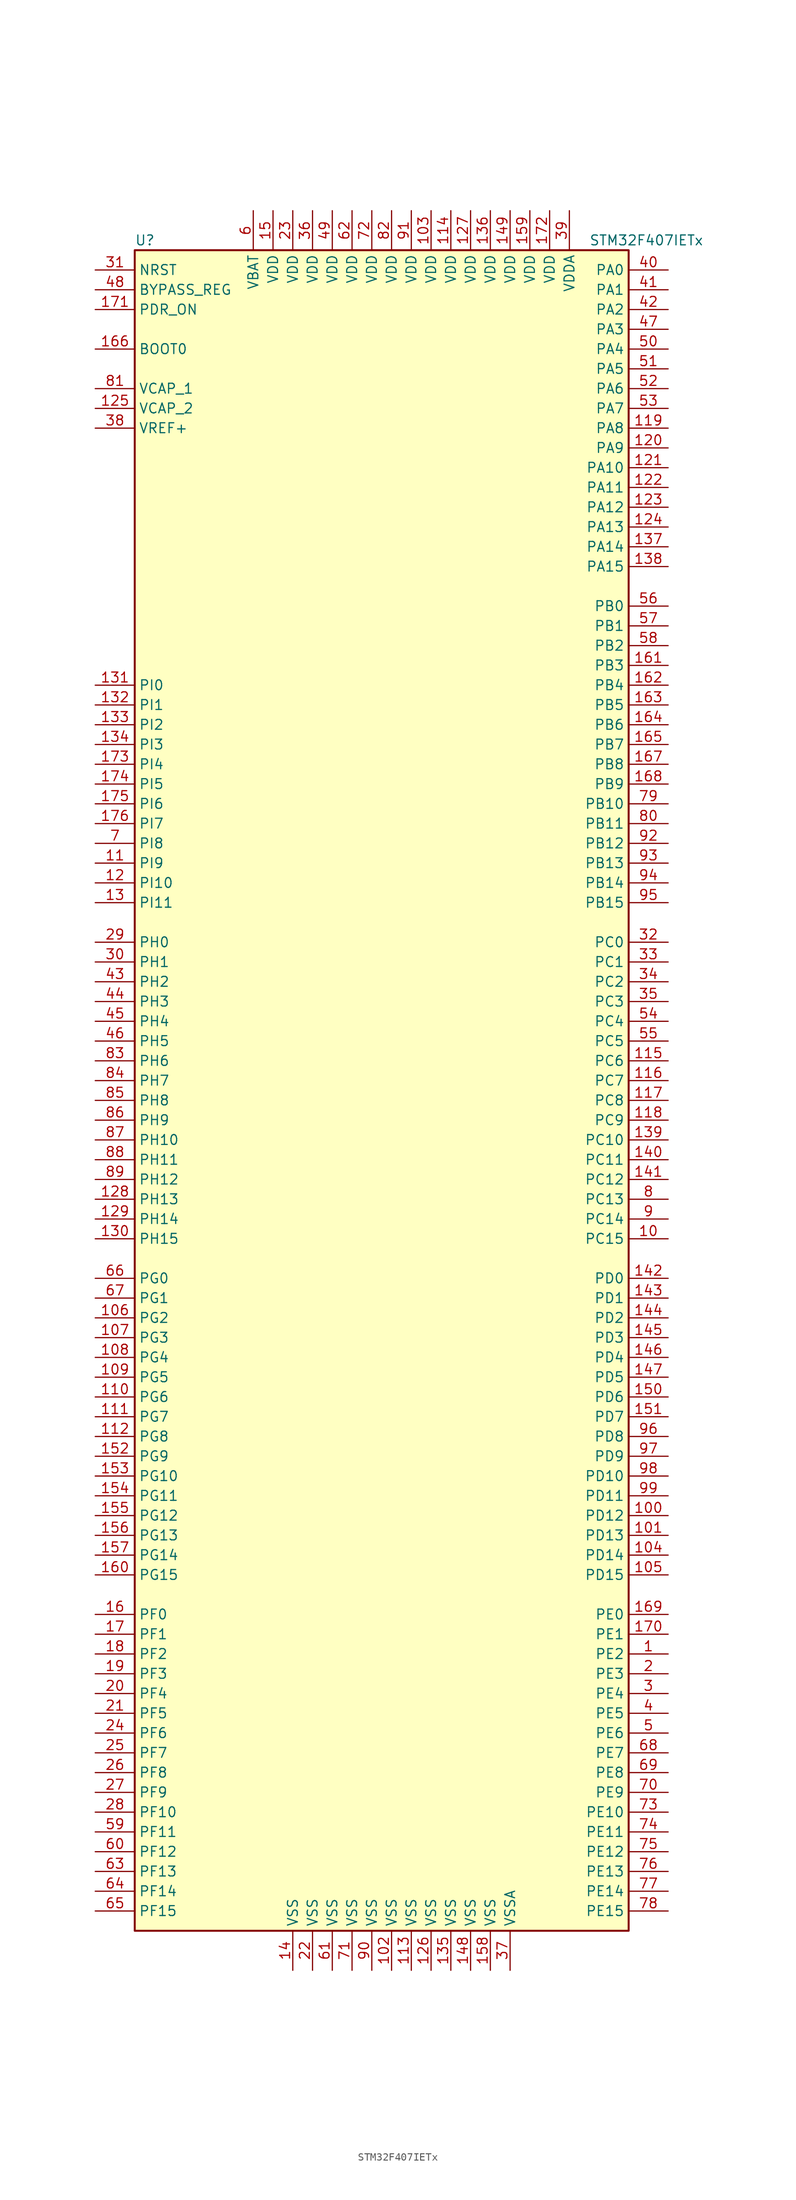
<source format=kicad_sym>
(kicad_symbol_lib
  (version 20201005)
  (generator kicad_symbol_editor)
  (symbol "STM32F407IETx"
    (property "Reference" "U"
      (at -33.02 107.95 0)
      (effects (font (size 1.27 1.27)) (justify left)))
    (property "Value" "STM32F407IETx"
      (at 25.4 107.95 0)
      (effects (font (size 1.27 1.27)) (justify left)))
    (symbol "STM32F407IETx_0_1"
      (rectangle (start -33.02 -109.22) (end 30.48 106.68) (stroke (width 0.254)) (fill (type background))))
    (symbol "STM32F407IETx_1_1"
      (pin input line (at -38.1 93.98 0) (length 5.08) (name "BOOT0" (effects (font (size 1.27 1.27)))) (number "166" (effects (font (size 1.27 1.27)))))
      (pin input line (at -38.1 101.6 0) (length 5.08) (name "BYPASS_REG" (effects (font (size 1.27 1.27)))) (number "48" (effects (font (size 1.27 1.27)))))
      (pin input line (at -38.1 104.14 0) (length 5.08) (name "NRST" (effects (font (size 1.27 1.27)))) (number "31" (effects (font (size 1.27 1.27)))))
      (pin bidirectional line (at 35.56 104.14 180) (length 5.08) (name "PA0" (effects (font (size 1.27 1.27)))) (number "40" (effects (font (size 1.27 1.27)))))
      (pin bidirectional line (at 35.56 101.6 180) (length 5.08) (name "PA1" (effects (font (size 1.27 1.27)))) (number "41" (effects (font (size 1.27 1.27)))))
      (pin bidirectional line (at 35.56 78.74 180) (length 5.08) (name "PA10" (effects (font (size 1.27 1.27)))) (number "121" (effects (font (size 1.27 1.27)))))
      (pin bidirectional line (at 35.56 76.2 180) (length 5.08) (name "PA11" (effects (font (size 1.27 1.27)))) (number "122" (effects (font (size 1.27 1.27)))))
      (pin bidirectional line (at 35.56 73.66 180) (length 5.08) (name "PA12" (effects (font (size 1.27 1.27)))) (number "123" (effects (font (size 1.27 1.27)))))
      (pin bidirectional line (at 35.56 71.12 180) (length 5.08) (name "PA13" (effects (font (size 1.27 1.27)))) (number "124" (effects (font (size 1.27 1.27)))))
      (pin bidirectional line (at 35.56 68.58 180) (length 5.08) (name "PA14" (effects (font (size 1.27 1.27)))) (number "137" (effects (font (size 1.27 1.27)))))
      (pin bidirectional line (at 35.56 66.04 180) (length 5.08) (name "PA15" (effects (font (size 1.27 1.27)))) (number "138" (effects (font (size 1.27 1.27)))))
      (pin bidirectional line (at 35.56 99.06 180) (length 5.08) (name "PA2" (effects (font (size 1.27 1.27)))) (number "42" (effects (font (size 1.27 1.27)))))
      (pin bidirectional line (at 35.56 96.52 180) (length 5.08) (name "PA3" (effects (font (size 1.27 1.27)))) (number "47" (effects (font (size 1.27 1.27)))))
      (pin bidirectional line (at 35.56 93.98 180) (length 5.08) (name "PA4" (effects (font (size 1.27 1.27)))) (number "50" (effects (font (size 1.27 1.27)))))
      (pin bidirectional line (at 35.56 91.44 180) (length 5.08) (name "PA5" (effects (font (size 1.27 1.27)))) (number "51" (effects (font (size 1.27 1.27)))))
      (pin bidirectional line (at 35.56 88.9 180) (length 5.08) (name "PA6" (effects (font (size 1.27 1.27)))) (number "52" (effects (font (size 1.27 1.27)))))
      (pin bidirectional line (at 35.56 86.36 180) (length 5.08) (name "PA7" (effects (font (size 1.27 1.27)))) (number "53" (effects (font (size 1.27 1.27)))))
      (pin bidirectional line (at 35.56 83.82 180) (length 5.08) (name "PA8" (effects (font (size 1.27 1.27)))) (number "119" (effects (font (size 1.27 1.27)))))
      (pin bidirectional line (at 35.56 81.28 180) (length 5.08) (name "PA9" (effects (font (size 1.27 1.27)))) (number "120" (effects (font (size 1.27 1.27)))))
      (pin bidirectional line (at 35.56 60.96 180) (length 5.08) (name "PB0" (effects (font (size 1.27 1.27)))) (number "56" (effects (font (size 1.27 1.27)))))
      (pin bidirectional line (at 35.56 58.42 180) (length 5.08) (name "PB1" (effects (font (size 1.27 1.27)))) (number "57" (effects (font (size 1.27 1.27)))))
      (pin bidirectional line (at 35.56 35.56 180) (length 5.08) (name "PB10" (effects (font (size 1.27 1.27)))) (number "79" (effects (font (size 1.27 1.27)))))
      (pin bidirectional line (at 35.56 33.02 180) (length 5.08) (name "PB11" (effects (font (size 1.27 1.27)))) (number "80" (effects (font (size 1.27 1.27)))))
      (pin bidirectional line (at 35.56 30.48 180) (length 5.08) (name "PB12" (effects (font (size 1.27 1.27)))) (number "92" (effects (font (size 1.27 1.27)))))
      (pin bidirectional line (at 35.56 27.94 180) (length 5.08) (name "PB13" (effects (font (size 1.27 1.27)))) (number "93" (effects (font (size 1.27 1.27)))))
      (pin bidirectional line (at 35.56 25.4 180) (length 5.08) (name "PB14" (effects (font (size 1.27 1.27)))) (number "94" (effects (font (size 1.27 1.27)))))
      (pin bidirectional line (at 35.56 22.86 180) (length 5.08) (name "PB15" (effects (font (size 1.27 1.27)))) (number "95" (effects (font (size 1.27 1.27)))))
      (pin bidirectional line (at 35.56 55.88 180) (length 5.08) (name "PB2" (effects (font (size 1.27 1.27)))) (number "58" (effects (font (size 1.27 1.27)))))
      (pin bidirectional line (at 35.56 53.34 180) (length 5.08) (name "PB3" (effects (font (size 1.27 1.27)))) (number "161" (effects (font (size 1.27 1.27)))))
      (pin bidirectional line (at 35.56 50.8 180) (length 5.08) (name "PB4" (effects (font (size 1.27 1.27)))) (number "162" (effects (font (size 1.27 1.27)))))
      (pin bidirectional line (at 35.56 48.26 180) (length 5.08) (name "PB5" (effects (font (size 1.27 1.27)))) (number "163" (effects (font (size 1.27 1.27)))))
      (pin bidirectional line (at 35.56 45.72 180) (length 5.08) (name "PB6" (effects (font (size 1.27 1.27)))) (number "164" (effects (font (size 1.27 1.27)))))
      (pin bidirectional line (at 35.56 43.18 180) (length 5.08) (name "PB7" (effects (font (size 1.27 1.27)))) (number "165" (effects (font (size 1.27 1.27)))))
      (pin bidirectional line (at 35.56 40.64 180) (length 5.08) (name "PB8" (effects (font (size 1.27 1.27)))) (number "167" (effects (font (size 1.27 1.27)))))
      (pin bidirectional line (at 35.56 38.1 180) (length 5.08) (name "PB9" (effects (font (size 1.27 1.27)))) (number "168" (effects (font (size 1.27 1.27)))))
      (pin bidirectional line (at 35.56 17.78 180) (length 5.08) (name "PC0" (effects (font (size 1.27 1.27)))) (number "32" (effects (font (size 1.27 1.27)))))
      (pin bidirectional line (at 35.56 15.24 180) (length 5.08) (name "PC1" (effects (font (size 1.27 1.27)))) (number "33" (effects (font (size 1.27 1.27)))))
      (pin bidirectional line (at 35.56 -7.62 180) (length 5.08) (name "PC10" (effects (font (size 1.27 1.27)))) (number "139" (effects (font (size 1.27 1.27)))))
      (pin bidirectional line (at 35.56 -10.16 180) (length 5.08) (name "PC11" (effects (font (size 1.27 1.27)))) (number "140" (effects (font (size 1.27 1.27)))))
      (pin bidirectional line (at 35.56 -12.7 180) (length 5.08) (name "PC12" (effects (font (size 1.27 1.27)))) (number "141" (effects (font (size 1.27 1.27)))))
      (pin bidirectional line (at 35.56 -15.24 180) (length 5.08) (name "PC13" (effects (font (size 1.27 1.27)))) (number "8" (effects (font (size 1.27 1.27)))))
      (pin bidirectional line (at 35.56 -17.78 180) (length 5.08) (name "PC14" (effects (font (size 1.27 1.27)))) (number "9" (effects (font (size 1.27 1.27)))))
      (pin bidirectional line (at 35.56 -20.32 180) (length 5.08) (name "PC15" (effects (font (size 1.27 1.27)))) (number "10" (effects (font (size 1.27 1.27)))))
      (pin bidirectional line (at 35.56 12.7 180) (length 5.08) (name "PC2" (effects (font (size 1.27 1.27)))) (number "34" (effects (font (size 1.27 1.27)))))
      (pin bidirectional line (at 35.56 10.16 180) (length 5.08) (name "PC3" (effects (font (size 1.27 1.27)))) (number "35" (effects (font (size 1.27 1.27)))))
      (pin bidirectional line (at 35.56 7.62 180) (length 5.08) (name "PC4" (effects (font (size 1.27 1.27)))) (number "54" (effects (font (size 1.27 1.27)))))
      (pin bidirectional line (at 35.56 5.08 180) (length 5.08) (name "PC5" (effects (font (size 1.27 1.27)))) (number "55" (effects (font (size 1.27 1.27)))))
      (pin bidirectional line (at 35.56 2.54 180) (length 5.08) (name "PC6" (effects (font (size 1.27 1.27)))) (number "115" (effects (font (size 1.27 1.27)))))
      (pin bidirectional line (at 35.56 0 180) (length 5.08) (name "PC7" (effects (font (size 1.27 1.27)))) (number "116" (effects (font (size 1.27 1.27)))))
      (pin bidirectional line (at 35.56 -2.54 180) (length 5.08) (name "PC8" (effects (font (size 1.27 1.27)))) (number "117" (effects (font (size 1.27 1.27)))))
      (pin bidirectional line (at 35.56 -5.08 180) (length 5.08) (name "PC9" (effects (font (size 1.27 1.27)))) (number "118" (effects (font (size 1.27 1.27)))))
      (pin bidirectional line (at 35.56 -25.4 180) (length 5.08) (name "PD0" (effects (font (size 1.27 1.27)))) (number "142" (effects (font (size 1.27 1.27)))))
      (pin bidirectional line (at 35.56 -27.94 180) (length 5.08) (name "PD1" (effects (font (size 1.27 1.27)))) (number "143" (effects (font (size 1.27 1.27)))))
      (pin bidirectional line (at 35.56 -50.8 180) (length 5.08) (name "PD10" (effects (font (size 1.27 1.27)))) (number "98" (effects (font (size 1.27 1.27)))))
      (pin bidirectional line (at 35.56 -53.34 180) (length 5.08) (name "PD11" (effects (font (size 1.27 1.27)))) (number "99" (effects (font (size 1.27 1.27)))))
      (pin bidirectional line (at 35.56 -55.88 180) (length 5.08) (name "PD12" (effects (font (size 1.27 1.27)))) (number "100" (effects (font (size 1.27 1.27)))))
      (pin bidirectional line (at 35.56 -58.42 180) (length 5.08) (name "PD13" (effects (font (size 1.27 1.27)))) (number "101" (effects (font (size 1.27 1.27)))))
      (pin bidirectional line (at 35.56 -60.96 180) (length 5.08) (name "PD14" (effects (font (size 1.27 1.27)))) (number "104" (effects (font (size 1.27 1.27)))))
      (pin bidirectional line (at 35.56 -63.5 180) (length 5.08) (name "PD15" (effects (font (size 1.27 1.27)))) (number "105" (effects (font (size 1.27 1.27)))))
      (pin bidirectional line (at 35.56 -30.48 180) (length 5.08) (name "PD2" (effects (font (size 1.27 1.27)))) (number "144" (effects (font (size 1.27 1.27)))))
      (pin bidirectional line (at 35.56 -33.02 180) (length 5.08) (name "PD3" (effects (font (size 1.27 1.27)))) (number "145" (effects (font (size 1.27 1.27)))))
      (pin bidirectional line (at 35.56 -35.56 180) (length 5.08) (name "PD4" (effects (font (size 1.27 1.27)))) (number "146" (effects (font (size 1.27 1.27)))))
      (pin bidirectional line (at 35.56 -38.1 180) (length 5.08) (name "PD5" (effects (font (size 1.27 1.27)))) (number "147" (effects (font (size 1.27 1.27)))))
      (pin bidirectional line (at 35.56 -40.64 180) (length 5.08) (name "PD6" (effects (font (size 1.27 1.27)))) (number "150" (effects (font (size 1.27 1.27)))))
      (pin bidirectional line (at 35.56 -43.18 180) (length 5.08) (name "PD7" (effects (font (size 1.27 1.27)))) (number "151" (effects (font (size 1.27 1.27)))))
      (pin bidirectional line (at 35.56 -45.72 180) (length 5.08) (name "PD8" (effects (font (size 1.27 1.27)))) (number "96" (effects (font (size 1.27 1.27)))))
      (pin bidirectional line (at 35.56 -48.26 180) (length 5.08) (name "PD9" (effects (font (size 1.27 1.27)))) (number "97" (effects (font (size 1.27 1.27)))))
      (pin input line (at -38.1 99.06 0) (length 5.08) (name "PDR_ON" (effects (font (size 1.27 1.27)))) (number "171" (effects (font (size 1.27 1.27)))))
      (pin bidirectional line (at 35.56 -68.58 180) (length 5.08) (name "PE0" (effects (font (size 1.27 1.27)))) (number "169" (effects (font (size 1.27 1.27)))))
      (pin bidirectional line (at 35.56 -71.12 180) (length 5.08) (name "PE1" (effects (font (size 1.27 1.27)))) (number "170" (effects (font (size 1.27 1.27)))))
      (pin bidirectional line (at 35.56 -93.98 180) (length 5.08) (name "PE10" (effects (font (size 1.27 1.27)))) (number "73" (effects (font (size 1.27 1.27)))))
      (pin bidirectional line (at 35.56 -96.52 180) (length 5.08) (name "PE11" (effects (font (size 1.27 1.27)))) (number "74" (effects (font (size 1.27 1.27)))))
      (pin bidirectional line (at 35.56 -99.06 180) (length 5.08) (name "PE12" (effects (font (size 1.27 1.27)))) (number "75" (effects (font (size 1.27 1.27)))))
      (pin bidirectional line (at 35.56 -101.6 180) (length 5.08) (name "PE13" (effects (font (size 1.27 1.27)))) (number "76" (effects (font (size 1.27 1.27)))))
      (pin bidirectional line (at 35.56 -104.14 180) (length 5.08) (name "PE14" (effects (font (size 1.27 1.27)))) (number "77" (effects (font (size 1.27 1.27)))))
      (pin bidirectional line (at 35.56 -106.68 180) (length 5.08) (name "PE15" (effects (font (size 1.27 1.27)))) (number "78" (effects (font (size 1.27 1.27)))))
      (pin bidirectional line (at 35.56 -73.66 180) (length 5.08) (name "PE2" (effects (font (size 1.27 1.27)))) (number "1" (effects (font (size 1.27 1.27)))))
      (pin bidirectional line (at 35.56 -76.2 180) (length 5.08) (name "PE3" (effects (font (size 1.27 1.27)))) (number "2" (effects (font (size 1.27 1.27)))))
      (pin bidirectional line (at 35.56 -78.74 180) (length 5.08) (name "PE4" (effects (font (size 1.27 1.27)))) (number "3" (effects (font (size 1.27 1.27)))))
      (pin bidirectional line (at 35.56 -81.28 180) (length 5.08) (name "PE5" (effects (font (size 1.27 1.27)))) (number "4" (effects (font (size 1.27 1.27)))))
      (pin bidirectional line (at 35.56 -83.82 180) (length 5.08) (name "PE6" (effects (font (size 1.27 1.27)))) (number "5" (effects (font (size 1.27 1.27)))))
      (pin bidirectional line (at 35.56 -86.36 180) (length 5.08) (name "PE7" (effects (font (size 1.27 1.27)))) (number "68" (effects (font (size 1.27 1.27)))))
      (pin bidirectional line (at 35.56 -88.9 180) (length 5.08) (name "PE8" (effects (font (size 1.27 1.27)))) (number "69" (effects (font (size 1.27 1.27)))))
      (pin bidirectional line (at 35.56 -91.44 180) (length 5.08) (name "PE9" (effects (font (size 1.27 1.27)))) (number "70" (effects (font (size 1.27 1.27)))))
      (pin bidirectional line (at -38.1 -68.58 0) (length 5.08) (name "PF0" (effects (font (size 1.27 1.27)))) (number "16" (effects (font (size 1.27 1.27)))))
      (pin bidirectional line (at -38.1 -71.12 0) (length 5.08) (name "PF1" (effects (font (size 1.27 1.27)))) (number "17" (effects (font (size 1.27 1.27)))))
      (pin bidirectional line (at -38.1 -93.98 0) (length 5.08) (name "PF10" (effects (font (size 1.27 1.27)))) (number "28" (effects (font (size 1.27 1.27)))))
      (pin bidirectional line (at -38.1 -96.52 0) (length 5.08) (name "PF11" (effects (font (size 1.27 1.27)))) (number "59" (effects (font (size 1.27 1.27)))))
      (pin bidirectional line (at -38.1 -99.06 0) (length 5.08) (name "PF12" (effects (font (size 1.27 1.27)))) (number "60" (effects (font (size 1.27 1.27)))))
      (pin bidirectional line (at -38.1 -101.6 0) (length 5.08) (name "PF13" (effects (font (size 1.27 1.27)))) (number "63" (effects (font (size 1.27 1.27)))))
      (pin bidirectional line (at -38.1 -104.14 0) (length 5.08) (name "PF14" (effects (font (size 1.27 1.27)))) (number "64" (effects (font (size 1.27 1.27)))))
      (pin bidirectional line (at -38.1 -106.68 0) (length 5.08) (name "PF15" (effects (font (size 1.27 1.27)))) (number "65" (effects (font (size 1.27 1.27)))))
      (pin bidirectional line (at -38.1 -73.66 0) (length 5.08) (name "PF2" (effects (font (size 1.27 1.27)))) (number "18" (effects (font (size 1.27 1.27)))))
      (pin bidirectional line (at -38.1 -76.2 0) (length 5.08) (name "PF3" (effects (font (size 1.27 1.27)))) (number "19" (effects (font (size 1.27 1.27)))))
      (pin bidirectional line (at -38.1 -78.74 0) (length 5.08) (name "PF4" (effects (font (size 1.27 1.27)))) (number "20" (effects (font (size 1.27 1.27)))))
      (pin bidirectional line (at -38.1 -81.28 0) (length 5.08) (name "PF5" (effects (font (size 1.27 1.27)))) (number "21" (effects (font (size 1.27 1.27)))))
      (pin bidirectional line (at -38.1 -83.82 0) (length 5.08) (name "PF6" (effects (font (size 1.27 1.27)))) (number "24" (effects (font (size 1.27 1.27)))))
      (pin bidirectional line (at -38.1 -86.36 0) (length 5.08) (name "PF7" (effects (font (size 1.27 1.27)))) (number "25" (effects (font (size 1.27 1.27)))))
      (pin bidirectional line (at -38.1 -88.9 0) (length 5.08) (name "PF8" (effects (font (size 1.27 1.27)))) (number "26" (effects (font (size 1.27 1.27)))))
      (pin bidirectional line (at -38.1 -91.44 0) (length 5.08) (name "PF9" (effects (font (size 1.27 1.27)))) (number "27" (effects (font (size 1.27 1.27)))))
      (pin bidirectional line (at -38.1 -25.4 0) (length 5.08) (name "PG0" (effects (font (size 1.27 1.27)))) (number "66" (effects (font (size 1.27 1.27)))))
      (pin bidirectional line (at -38.1 -27.94 0) (length 5.08) (name "PG1" (effects (font (size 1.27 1.27)))) (number "67" (effects (font (size 1.27 1.27)))))
      (pin bidirectional line (at -38.1 -50.8 0) (length 5.08) (name "PG10" (effects (font (size 1.27 1.27)))) (number "153" (effects (font (size 1.27 1.27)))))
      (pin bidirectional line (at -38.1 -53.34 0) (length 5.08) (name "PG11" (effects (font (size 1.27 1.27)))) (number "154" (effects (font (size 1.27 1.27)))))
      (pin bidirectional line (at -38.1 -55.88 0) (length 5.08) (name "PG12" (effects (font (size 1.27 1.27)))) (number "155" (effects (font (size 1.27 1.27)))))
      (pin bidirectional line (at -38.1 -58.42 0) (length 5.08) (name "PG13" (effects (font (size 1.27 1.27)))) (number "156" (effects (font (size 1.27 1.27)))))
      (pin bidirectional line (at -38.1 -60.96 0) (length 5.08) (name "PG14" (effects (font (size 1.27 1.27)))) (number "157" (effects (font (size 1.27 1.27)))))
      (pin bidirectional line (at -38.1 -63.5 0) (length 5.08) (name "PG15" (effects (font (size 1.27 1.27)))) (number "160" (effects (font (size 1.27 1.27)))))
      (pin bidirectional line (at -38.1 -30.48 0) (length 5.08) (name "PG2" (effects (font (size 1.27 1.27)))) (number "106" (effects (font (size 1.27 1.27)))))
      (pin bidirectional line (at -38.1 -33.02 0) (length 5.08) (name "PG3" (effects (font (size 1.27 1.27)))) (number "107" (effects (font (size 1.27 1.27)))))
      (pin bidirectional line (at -38.1 -35.56 0) (length 5.08) (name "PG4" (effects (font (size 1.27 1.27)))) (number "108" (effects (font (size 1.27 1.27)))))
      (pin bidirectional line (at -38.1 -38.1 0) (length 5.08) (name "PG5" (effects (font (size 1.27 1.27)))) (number "109" (effects (font (size 1.27 1.27)))))
      (pin bidirectional line (at -38.1 -40.64 0) (length 5.08) (name "PG6" (effects (font (size 1.27 1.27)))) (number "110" (effects (font (size 1.27 1.27)))))
      (pin bidirectional line (at -38.1 -43.18 0) (length 5.08) (name "PG7" (effects (font (size 1.27 1.27)))) (number "111" (effects (font (size 1.27 1.27)))))
      (pin bidirectional line (at -38.1 -45.72 0) (length 5.08) (name "PG8" (effects (font (size 1.27 1.27)))) (number "112" (effects (font (size 1.27 1.27)))))
      (pin bidirectional line (at -38.1 -48.26 0) (length 5.08) (name "PG9" (effects (font (size 1.27 1.27)))) (number "152" (effects (font (size 1.27 1.27)))))
      (pin input line (at -38.1 17.78 0) (length 5.08) (name "PH0" (effects (font (size 1.27 1.27)))) (number "29" (effects (font (size 1.27 1.27)))))
      (pin input line (at -38.1 15.24 0) (length 5.08) (name "PH1" (effects (font (size 1.27 1.27)))) (number "30" (effects (font (size 1.27 1.27)))))
      (pin bidirectional line (at -38.1 -7.62 0) (length 5.08) (name "PH10" (effects (font (size 1.27 1.27)))) (number "87" (effects (font (size 1.27 1.27)))))
      (pin bidirectional line (at -38.1 -10.16 0) (length 5.08) (name "PH11" (effects (font (size 1.27 1.27)))) (number "88" (effects (font (size 1.27 1.27)))))
      (pin bidirectional line (at -38.1 -12.7 0) (length 5.08) (name "PH12" (effects (font (size 1.27 1.27)))) (number "89" (effects (font (size 1.27 1.27)))))
      (pin bidirectional line (at -38.1 -15.24 0) (length 5.08) (name "PH13" (effects (font (size 1.27 1.27)))) (number "128" (effects (font (size 1.27 1.27)))))
      (pin bidirectional line (at -38.1 -17.78 0) (length 5.08) (name "PH14" (effects (font (size 1.27 1.27)))) (number "129" (effects (font (size 1.27 1.27)))))
      (pin bidirectional line (at -38.1 -20.32 0) (length 5.08) (name "PH15" (effects (font (size 1.27 1.27)))) (number "130" (effects (font (size 1.27 1.27)))))
      (pin bidirectional line (at -38.1 12.7 0) (length 5.08) (name "PH2" (effects (font (size 1.27 1.27)))) (number "43" (effects (font (size 1.27 1.27)))))
      (pin bidirectional line (at -38.1 10.16 0) (length 5.08) (name "PH3" (effects (font (size 1.27 1.27)))) (number "44" (effects (font (size 1.27 1.27)))))
      (pin bidirectional line (at -38.1 7.62 0) (length 5.08) (name "PH4" (effects (font (size 1.27 1.27)))) (number "45" (effects (font (size 1.27 1.27)))))
      (pin bidirectional line (at -38.1 5.08 0) (length 5.08) (name "PH5" (effects (font (size 1.27 1.27)))) (number "46" (effects (font (size 1.27 1.27)))))
      (pin bidirectional line (at -38.1 2.54 0) (length 5.08) (name "PH6" (effects (font (size 1.27 1.27)))) (number "83" (effects (font (size 1.27 1.27)))))
      (pin bidirectional line (at -38.1 0 0) (length 5.08) (name "PH7" (effects (font (size 1.27 1.27)))) (number "84" (effects (font (size 1.27 1.27)))))
      (pin bidirectional line (at -38.1 -2.54 0) (length 5.08) (name "PH8" (effects (font (size 1.27 1.27)))) (number "85" (effects (font (size 1.27 1.27)))))
      (pin bidirectional line (at -38.1 -5.08 0) (length 5.08) (name "PH9" (effects (font (size 1.27 1.27)))) (number "86" (effects (font (size 1.27 1.27)))))
      (pin bidirectional line (at -38.1 50.8 0) (length 5.08) (name "PI0" (effects (font (size 1.27 1.27)))) (number "131" (effects (font (size 1.27 1.27)))))
      (pin bidirectional line (at -38.1 48.26 0) (length 5.08) (name "PI1" (effects (font (size 1.27 1.27)))) (number "132" (effects (font (size 1.27 1.27)))))
      (pin bidirectional line (at -38.1 25.4 0) (length 5.08) (name "PI10" (effects (font (size 1.27 1.27)))) (number "12" (effects (font (size 1.27 1.27)))))
      (pin bidirectional line (at -38.1 22.86 0) (length 5.08) (name "PI11" (effects (font (size 1.27 1.27)))) (number "13" (effects (font (size 1.27 1.27)))))
      (pin bidirectional line (at -38.1 45.72 0) (length 5.08) (name "PI2" (effects (font (size 1.27 1.27)))) (number "133" (effects (font (size 1.27 1.27)))))
      (pin bidirectional line (at -38.1 43.18 0) (length 5.08) (name "PI3" (effects (font (size 1.27 1.27)))) (number "134" (effects (font (size 1.27 1.27)))))
      (pin bidirectional line (at -38.1 40.64 0) (length 5.08) (name "PI4" (effects (font (size 1.27 1.27)))) (number "173" (effects (font (size 1.27 1.27)))))
      (pin bidirectional line (at -38.1 38.1 0) (length 5.08) (name "PI5" (effects (font (size 1.27 1.27)))) (number "174" (effects (font (size 1.27 1.27)))))
      (pin bidirectional line (at -38.1 35.56 0) (length 5.08) (name "PI6" (effects (font (size 1.27 1.27)))) (number "175" (effects (font (size 1.27 1.27)))))
      (pin bidirectional line (at -38.1 33.02 0) (length 5.08) (name "PI7" (effects (font (size 1.27 1.27)))) (number "176" (effects (font (size 1.27 1.27)))))
      (pin bidirectional line (at -38.1 30.48 0) (length 5.08) (name "PI8" (effects (font (size 1.27 1.27)))) (number "7" (effects (font (size 1.27 1.27)))))
      (pin bidirectional line (at -38.1 27.94 0) (length 5.08) (name "PI9" (effects (font (size 1.27 1.27)))) (number "11" (effects (font (size 1.27 1.27)))))
      (pin power_in line (at -17.78 111.76 270) (length 5.08) (name "VBAT" (effects (font (size 1.27 1.27)))) (number "6" (effects (font (size 1.27 1.27)))))
      (pin power_in line (at -38.1 88.9 0) (length 5.08) (name "VCAP_1" (effects (font (size 1.27 1.27)))) (number "81" (effects (font (size 1.27 1.27)))))
      (pin power_in line (at -38.1 86.36 0) (length 5.08) (name "VCAP_2" (effects (font (size 1.27 1.27)))) (number "125" (effects (font (size 1.27 1.27)))))
      (pin power_in line (at 5.08 111.76 270) (length 5.08) (name "VDD" (effects (font (size 1.27 1.27)))) (number "103" (effects (font (size 1.27 1.27)))))
      (pin power_in line (at 7.62 111.76 270) (length 5.08) (name "VDD" (effects (font (size 1.27 1.27)))) (number "114" (effects (font (size 1.27 1.27)))))
      (pin power_in line (at 10.16 111.76 270) (length 5.08) (name "VDD" (effects (font (size 1.27 1.27)))) (number "127" (effects (font (size 1.27 1.27)))))
      (pin power_in line (at 12.7 111.76 270) (length 5.08) (name "VDD" (effects (font (size 1.27 1.27)))) (number "136" (effects (font (size 1.27 1.27)))))
      (pin power_in line (at 15.24 111.76 270) (length 5.08) (name "VDD" (effects (font (size 1.27 1.27)))) (number "149" (effects (font (size 1.27 1.27)))))
      (pin power_in line (at -15.24 111.76 270) (length 5.08) (name "VDD" (effects (font (size 1.27 1.27)))) (number "15" (effects (font (size 1.27 1.27)))))
      (pin power_in line (at 17.78 111.76 270) (length 5.08) (name "VDD" (effects (font (size 1.27 1.27)))) (number "159" (effects (font (size 1.27 1.27)))))
      (pin power_in line (at 20.32 111.76 270) (length 5.08) (name "VDD" (effects (font (size 1.27 1.27)))) (number "172" (effects (font (size 1.27 1.27)))))
      (pin power_in line (at -12.7 111.76 270) (length 5.08) (name "VDD" (effects (font (size 1.27 1.27)))) (number "23" (effects (font (size 1.27 1.27)))))
      (pin power_in line (at -10.16 111.76 270) (length 5.08) (name "VDD" (effects (font (size 1.27 1.27)))) (number "36" (effects (font (size 1.27 1.27)))))
      (pin power_in line (at -7.62 111.76 270) (length 5.08) (name "VDD" (effects (font (size 1.27 1.27)))) (number "49" (effects (font (size 1.27 1.27)))))
      (pin power_in line (at -5.08 111.76 270) (length 5.08) (name "VDD" (effects (font (size 1.27 1.27)))) (number "62" (effects (font (size 1.27 1.27)))))
      (pin power_in line (at -2.54 111.76 270) (length 5.08) (name "VDD" (effects (font (size 1.27 1.27)))) (number "72" (effects (font (size 1.27 1.27)))))
      (pin power_in line (at 0 111.76 270) (length 5.08) (name "VDD" (effects (font (size 1.27 1.27)))) (number "82" (effects (font (size 1.27 1.27)))))
      (pin power_in line (at 2.54 111.76 270) (length 5.08) (name "VDD" (effects (font (size 1.27 1.27)))) (number "91" (effects (font (size 1.27 1.27)))))
      (pin power_in line (at 22.86 111.76 270) (length 5.08) (name "VDDA" (effects (font (size 1.27 1.27)))) (number "39" (effects (font (size 1.27 1.27)))))
      (pin power_in line (at -38.1 83.82 0) (length 5.08) (name "VREF+" (effects (font (size 1.27 1.27)))) (number "38" (effects (font (size 1.27 1.27)))))
      (pin power_in line (at 0 -114.3 90) (length 5.08) (name "VSS" (effects (font (size 1.27 1.27)))) (number "102" (effects (font (size 1.27 1.27)))))
      (pin power_in line (at 2.54 -114.3 90) (length 5.08) (name "VSS" (effects (font (size 1.27 1.27)))) (number "113" (effects (font (size 1.27 1.27)))))
      (pin power_in line (at 5.08 -114.3 90) (length 5.08) (name "VSS" (effects (font (size 1.27 1.27)))) (number "126" (effects (font (size 1.27 1.27)))))
      (pin power_in line (at 7.62 -114.3 90) (length 5.08) (name "VSS" (effects (font (size 1.27 1.27)))) (number "135" (effects (font (size 1.27 1.27)))))
      (pin power_in line (at -12.7 -114.3 90) (length 5.08) (name "VSS" (effects (font (size 1.27 1.27)))) (number "14" (effects (font (size 1.27 1.27)))))
      (pin power_in line (at 10.16 -114.3 90) (length 5.08) (name "VSS" (effects (font (size 1.27 1.27)))) (number "148" (effects (font (size 1.27 1.27)))))
      (pin power_in line (at 12.7 -114.3 90) (length 5.08) (name "VSS" (effects (font (size 1.27 1.27)))) (number "158" (effects (font (size 1.27 1.27)))))
      (pin power_in line (at -10.16 -114.3 90) (length 5.08) (name "VSS" (effects (font (size 1.27 1.27)))) (number "22" (effects (font (size 1.27 1.27)))))
      (pin power_in line (at -7.62 -114.3 90) (length 5.08) (name "VSS" (effects (font (size 1.27 1.27)))) (number "61" (effects (font (size 1.27 1.27)))))
      (pin power_in line (at -5.08 -114.3 90) (length 5.08) (name "VSS" (effects (font (size 1.27 1.27)))) (number "71" (effects (font (size 1.27 1.27)))))
      (pin power_in line (at -2.54 -114.3 90) (length 5.08) (name "VSS" (effects (font (size 1.27 1.27)))) (number "90" (effects (font (size 1.27 1.27)))))
      (pin power_in line (at 15.24 -114.3 90) (length 5.08) (name "VSSA" (effects (font (size 1.27 1.27)))) (number "37" (effects (font (size 1.27 1.27))))))))
</source>
